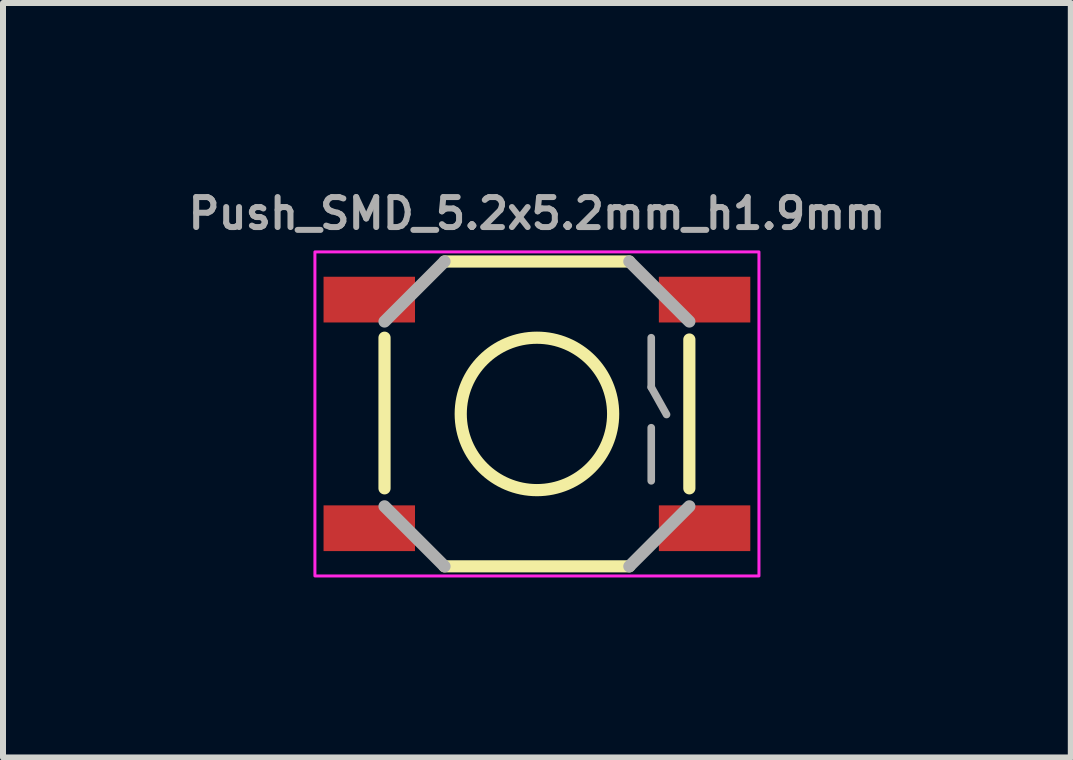
<source format=kicad_pcb>
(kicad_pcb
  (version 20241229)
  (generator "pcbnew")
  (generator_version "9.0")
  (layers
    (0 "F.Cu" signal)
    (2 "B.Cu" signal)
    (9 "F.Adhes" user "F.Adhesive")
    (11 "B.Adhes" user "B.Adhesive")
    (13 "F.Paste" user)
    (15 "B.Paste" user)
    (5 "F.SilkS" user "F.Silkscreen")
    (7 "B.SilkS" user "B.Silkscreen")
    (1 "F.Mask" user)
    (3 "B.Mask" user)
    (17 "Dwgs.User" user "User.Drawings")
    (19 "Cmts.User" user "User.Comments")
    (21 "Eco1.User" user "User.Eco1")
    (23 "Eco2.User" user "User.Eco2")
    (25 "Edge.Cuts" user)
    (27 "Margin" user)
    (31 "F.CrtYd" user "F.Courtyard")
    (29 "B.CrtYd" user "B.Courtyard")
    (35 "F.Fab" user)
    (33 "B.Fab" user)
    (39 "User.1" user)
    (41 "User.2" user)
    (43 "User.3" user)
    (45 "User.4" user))
  (footprint "Push_SMD_5.2x5.2mm_h1.9mm"
    (layer "F.Cu")
    (at 5.898 3.848)
    (property "Reference" "Push_SMD_5.2x5.2mm_h1.9mm" (at 0 -3.048 0) (layer "F.Fab") (effects (font (size 0.5 0.5) (thickness 0.1) (bold yes)) (justify bottom)))
    (attr smd)
    (fp_line (start -2.54 1.24) (end -2.54 -1.27) (stroke (width 0.203) (type solid)) (layer "F.SilkS"))
    (fp_line (start -1.54 -2.54) (end 1.54 -2.54) (stroke (width 0.203) (type solid)) (layer "F.SilkS"))
    (fp_line (start 1.54 2.54) (end -1.54 2.54) (stroke (width 0.203) (type solid)) (layer "F.SilkS"))
    (fp_line (start 2.54 -1.24) (end 2.54 1.24) (stroke (width 0.203) (type solid)) (layer "F.SilkS"))
    (fp_circle (center 0 0) (end 1.27 0) (stroke (width 0.203) (type solid)) (fill no) (layer "F.SilkS"))
    (fp_rect (start 3.7 -2.7) (end -3.7 2.7) (stroke (width 0.05) (type default)) (fill no) (layer "F.CrtYd"))
    (fp_line (start -2.54 -1.54) (end -1.54 -2.54) (stroke (width 0.203) (type solid)) (layer "F.Fab"))
    (fp_line (start -1.54 2.54) (end -2.54 1.54) (stroke (width 0.203) (type solid)) (layer "F.Fab"))
    (fp_line (start 1.54 -2.54) (end 2.54 -1.54) (stroke (width 0.203) (type solid)) (layer "F.Fab"))
    (fp_line (start 1.905 -1.27) (end 1.905 -0.445) (stroke (width 0.127) (type solid)) (layer "F.Fab"))
    (fp_line (start 1.905 -0.445) (end 2.16 0.01) (stroke (width 0.127) (type solid)) (layer "F.Fab"))
    (fp_line (start 1.905 0.23) (end 1.905 1.115) (stroke (width 0.127) (type solid)) (layer "F.Fab"))
    (fp_line (start 2.54 1.54) (end 1.54 2.54) (stroke (width 0.203) (type solid)) (layer "F.Fab"))
    (pad "1" smd rect (at -2.794 -1.905 90) (size 0.762 1.524) (layers "F.Cu" "F.Mask" "F.Paste"))
    (pad "1" smd rect (at 2.794 -1.905 90) (size 0.762 1.524) (layers "F.Cu" "F.Mask" "F.Paste"))
    (pad "2" smd rect (at -2.794 1.905 90) (size 0.762 1.524) (layers "F.Cu" "F.Mask" "F.Paste"))
    (pad "2" smd rect (at 2.794 1.905 90) (size 0.762 1.524) (layers "F.Cu" "F.Mask" "F.Paste")))
  (gr_rect
    (start -3 -3)
    (end 14.795 9.573)
    (stroke (width 0.1) (type default))
    (fill no)
    (layer "Edge.Cuts")))
</source>
